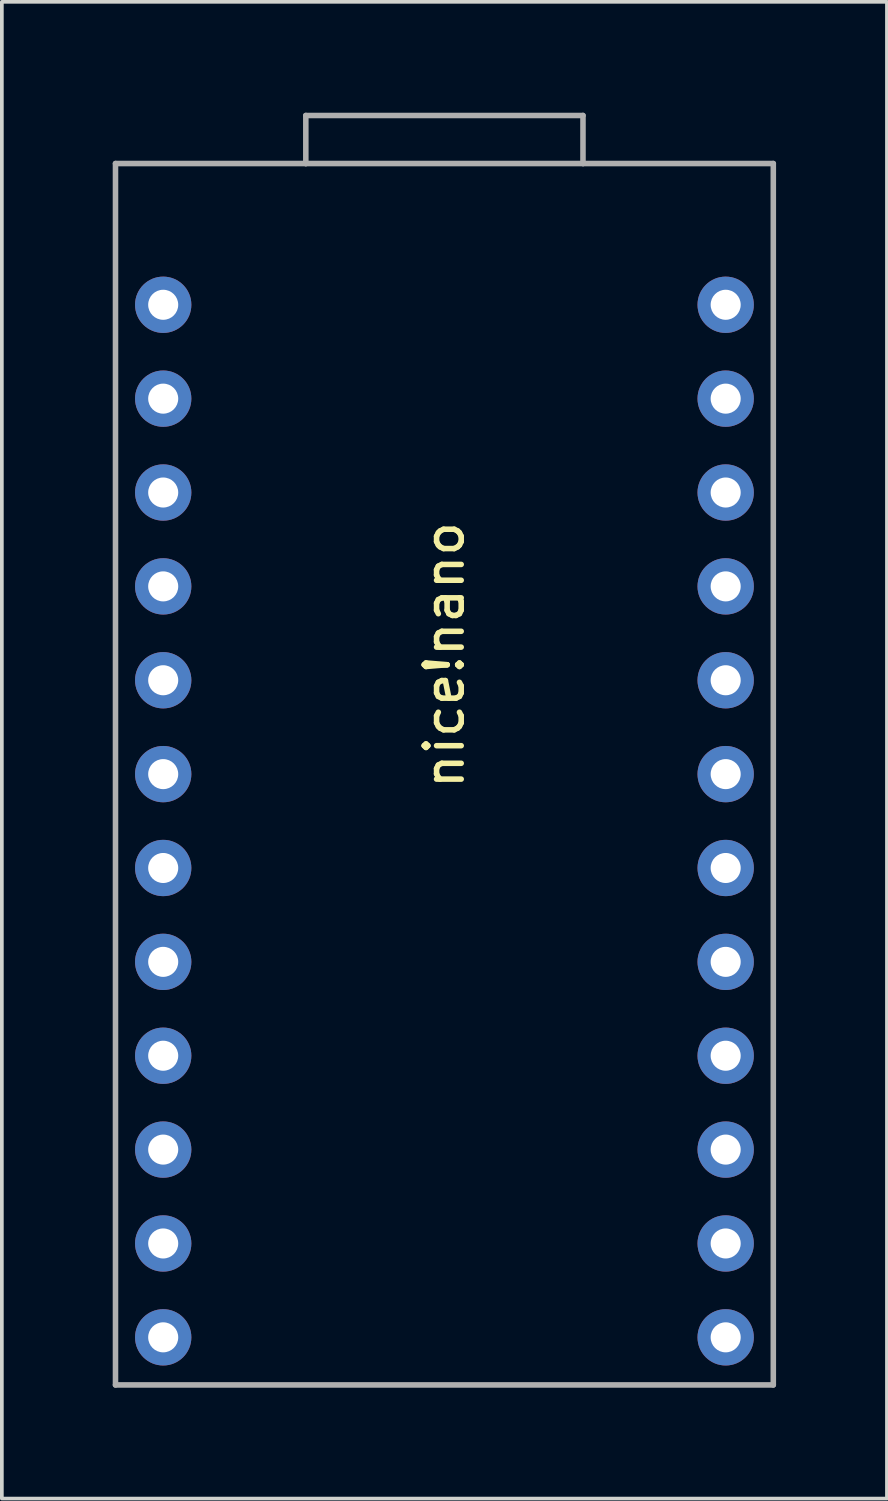
<source format=kicad_pcb>
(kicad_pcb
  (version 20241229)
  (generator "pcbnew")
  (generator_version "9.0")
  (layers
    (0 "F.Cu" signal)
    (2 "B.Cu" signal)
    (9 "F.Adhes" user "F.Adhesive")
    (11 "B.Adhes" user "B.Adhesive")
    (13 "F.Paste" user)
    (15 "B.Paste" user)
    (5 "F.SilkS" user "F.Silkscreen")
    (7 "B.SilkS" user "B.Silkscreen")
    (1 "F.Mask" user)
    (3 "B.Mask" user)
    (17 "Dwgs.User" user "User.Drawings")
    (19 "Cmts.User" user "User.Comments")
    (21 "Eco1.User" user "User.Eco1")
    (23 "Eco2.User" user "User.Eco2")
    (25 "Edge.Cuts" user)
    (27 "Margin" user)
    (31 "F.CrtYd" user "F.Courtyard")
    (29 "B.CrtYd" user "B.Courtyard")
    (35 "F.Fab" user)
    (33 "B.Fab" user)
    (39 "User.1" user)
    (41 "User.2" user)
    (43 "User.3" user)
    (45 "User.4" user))
  (footprint "nice!nano"
    (layer "F.Cu")
    (at 8.975 19.675)
    (property "Reference" "nice!nano" (at 0 -5 270) (layer "F.SilkS") (effects (font (size 1 1) (thickness 0.15))))
    (attr through_hole)
    (fp_line (start -8.9 -18.3) (end -3.75 -18.3) (stroke (width 0.15) (type solid)) (layer "F.Fab"))
    (fp_line (start -8.9 14.75) (end -8.9 -18.3) (stroke (width 0.15) (type solid)) (layer "F.Fab"))
    (fp_line (start -3.75 -19.6) (end -3.75 -18.299) (stroke (width 0.15) (type solid)) (layer "F.Fab"))
    (fp_line (start -3.75 -19.6) (end 3.75 -19.6) (stroke (width 0.15) (type solid)) (layer "F.Fab"))
    (fp_line (start -3.75 -18.3) (end 3.75 -18.3) (stroke (width 0.15) (type solid)) (layer "F.Fab"))
    (fp_line (start 3.75 -19.6) (end 3.75 -18.3) (stroke (width 0.15) (type solid)) (layer "F.Fab"))
    (fp_line (start 3.76 -18.3) (end 8.9 -18.3) (stroke (width 0.15) (type solid)) (layer "F.Fab"))
    (fp_line (start 8.9 -18.3) (end 8.9 14.75) (stroke (width 0.15) (type solid)) (layer "F.Fab"))
    (fp_line (start 8.9 14.75) (end -8.9 14.75) (stroke (width 0.15) (type solid)) (layer "F.Fab"))
    (pad "1" thru_hole circle (at 7.611 -14.478) (size 1.524 1.524) (drill 0.813) (layers "*.Cu" "*.Mask"))
    (pad "2" thru_hole circle (at 7.611 -11.938) (size 1.524 1.524) (drill 0.813) (layers "*.Cu" "*.Mask"))
    (pad "3" thru_hole circle (at 7.611 -9.398) (size 1.524 1.524) (drill 0.813) (layers "*.Cu" "*.Mask"))
    (pad "4" thru_hole circle (at 7.611 -6.858) (size 1.524 1.524) (drill 0.813) (layers "*.Cu" "*.Mask"))
    (pad "5" thru_hole circle (at 7.611 -4.318) (size 1.524 1.524) (drill 0.813) (layers "*.Cu" "*.Mask"))
    (pad "6" thru_hole circle (at 7.611 -1.778) (size 1.524 1.524) (drill 0.813) (layers "*.Cu" "*.Mask"))
    (pad "7" thru_hole circle (at 7.611 0.762) (size 1.524 1.524) (drill 0.813) (layers "*.Cu" "*.Mask"))
    (pad "8" thru_hole circle (at 7.611 3.302) (size 1.524 1.524) (drill 0.813) (layers "*.Cu" "*.Mask"))
    (pad "9" thru_hole circle (at 7.611 5.842) (size 1.524 1.524) (drill 0.813) (layers "*.Cu" "*.Mask"))
    (pad "10" thru_hole circle (at 7.611 8.382) (size 1.524 1.524) (drill 0.813) (layers "*.Cu" "*.Mask"))
    (pad "11" thru_hole circle (at 7.611 10.922) (size 1.524 1.524) (drill 0.813) (layers "*.Cu" "*.Mask"))
    (pad "12" thru_hole circle (at 7.611 13.462) (size 1.524 1.524) (drill 0.813) (layers "*.Cu" "*.Mask"))
    (pad "13" thru_hole circle (at -7.609 13.462) (size 1.524 1.524) (drill 0.813) (layers "*.Cu" "*.Mask"))
    (pad "14" thru_hole circle (at -7.609 10.922) (size 1.524 1.524) (drill 0.813) (layers "*.Cu" "*.Mask"))
    (pad "15" thru_hole circle (at -7.609 8.382) (size 1.524 1.524) (drill 0.813) (layers "*.Cu" "*.Mask"))
    (pad "16" thru_hole circle (at -7.609 5.842) (size 1.524 1.524) (drill 0.813) (layers "*.Cu" "*.Mask"))
    (pad "17" thru_hole circle (at -7.609 3.302) (size 1.524 1.524) (drill 0.813) (layers "*.Cu" "*.Mask"))
    (pad "18" thru_hole circle (at -7.609 0.762) (size 1.524 1.524) (drill 0.813) (layers "*.Cu" "*.Mask"))
    (pad "19" thru_hole circle (at -7.609 -1.778) (size 1.524 1.524) (drill 0.813) (layers "*.Cu" "*.Mask"))
    (pad "20" thru_hole circle (at -7.609 -4.318) (size 1.524 1.524) (drill 0.813) (layers "*.Cu" "*.Mask"))
    (pad "21" thru_hole circle (at -7.609 -6.858) (size 1.524 1.524) (drill 0.813) (layers "*.Cu" "*.Mask"))
    (pad "22" thru_hole circle (at -7.609 -9.398) (size 1.524 1.524) (drill 0.813) (layers "*.Cu" "*.Mask"))
    (pad "23" thru_hole circle (at -7.609 -11.938) (size 1.524 1.524) (drill 0.813) (layers "*.Cu" "*.Mask"))
    (pad "24" thru_hole circle (at -7.609 -14.478) (size 1.524 1.524) (drill 0.813) (layers "*.Cu" "*.Mask")))
  (gr_rect
    (start -3 -3)
    (end 20.95 37.5)
    (stroke (width 0.1) (type default))
    (fill no)
    (layer "Edge.Cuts")))
</source>
